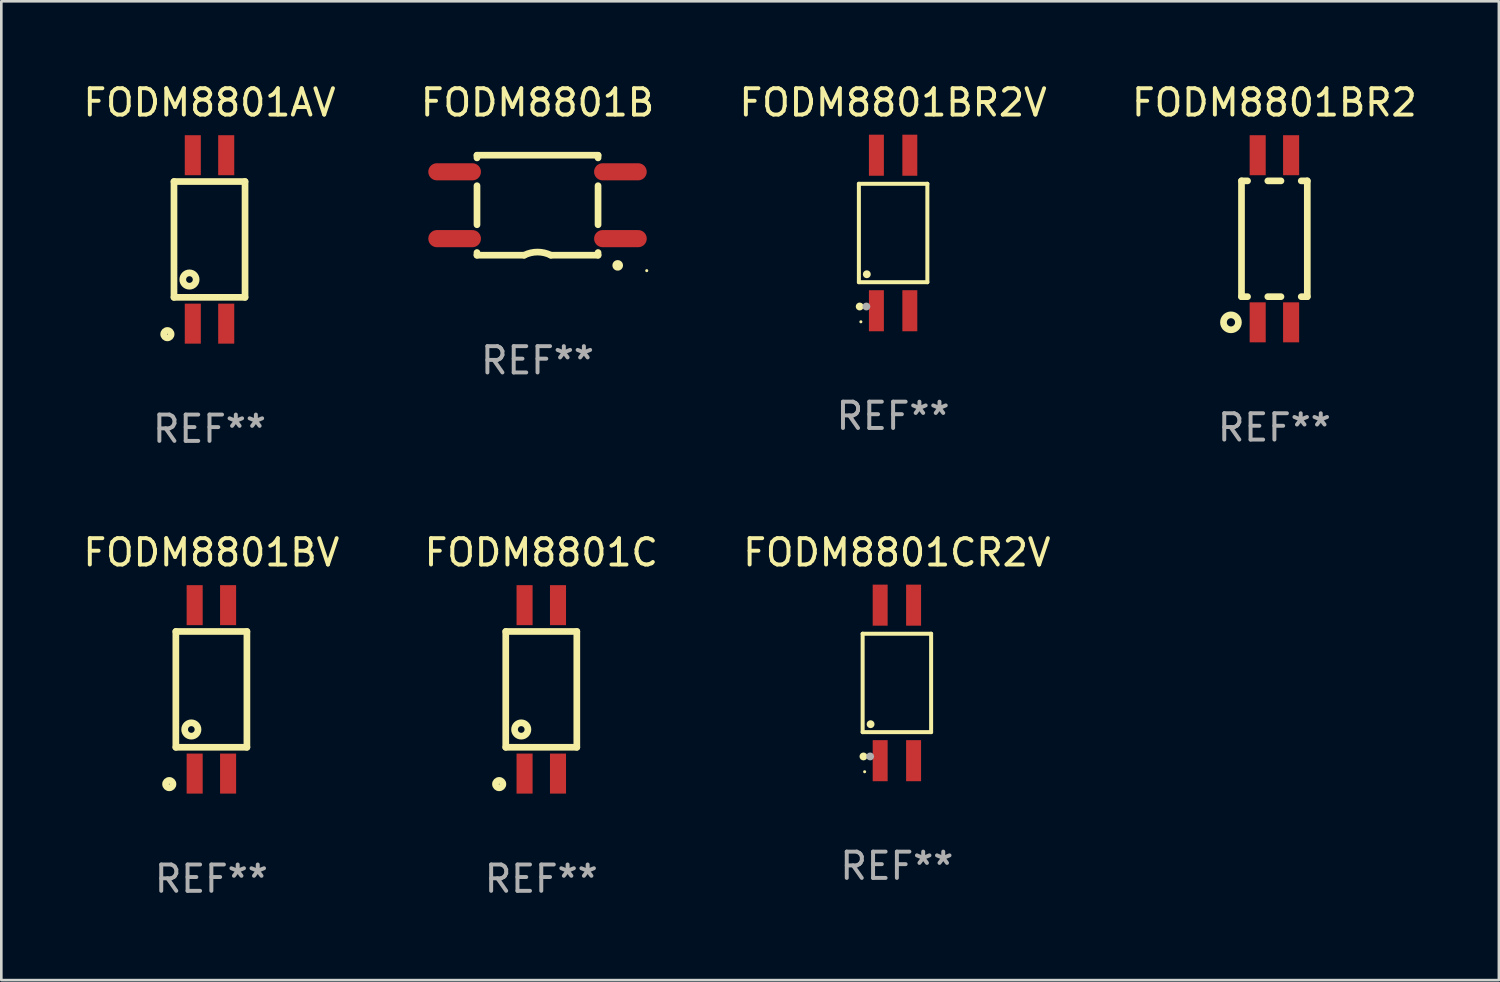
<source format=kicad_pcb>
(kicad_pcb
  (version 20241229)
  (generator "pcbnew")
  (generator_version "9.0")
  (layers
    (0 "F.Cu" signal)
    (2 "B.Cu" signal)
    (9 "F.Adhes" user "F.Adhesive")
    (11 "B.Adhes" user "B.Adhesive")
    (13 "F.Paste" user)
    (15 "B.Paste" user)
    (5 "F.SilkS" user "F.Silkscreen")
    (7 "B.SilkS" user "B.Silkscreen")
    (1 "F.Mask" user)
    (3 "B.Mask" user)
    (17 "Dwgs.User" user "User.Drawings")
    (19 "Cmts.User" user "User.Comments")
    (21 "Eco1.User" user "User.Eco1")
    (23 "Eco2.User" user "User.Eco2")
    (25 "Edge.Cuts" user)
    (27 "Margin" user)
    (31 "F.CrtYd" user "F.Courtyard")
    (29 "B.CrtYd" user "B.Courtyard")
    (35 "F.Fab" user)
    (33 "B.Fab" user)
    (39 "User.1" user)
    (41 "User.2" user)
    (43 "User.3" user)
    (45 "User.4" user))
  (footprint "FODM8801BR2V"
    (layer "F.Cu")
    (at 30.887 5.803)
    (property "Reference" "FODM8801BR2V" (at 0 -4.955 0) (layer "F.SilkS") (effects (font (size 1 1) (thickness 0.15))))
    (attr through_hole)
    (fp_line (start -1.301 -1.87) (end 1.301 -1.87) (stroke (width 0.152) (type solid)) (layer "F.SilkS"))
    (fp_line (start -1.301 1.87) (end -1.301 -1.87) (stroke (width 0.152) (type solid)) (layer "F.SilkS"))
    (fp_line (start 1.301 -1.87) (end 1.301 1.87) (stroke (width 0.152) (type solid)) (layer "F.SilkS"))
    (fp_line (start 1.301 1.87) (end -1.301 1.87) (stroke (width 0.152) (type solid)) (layer "F.SilkS"))
    (fp_circle (center -1.27 2.794) (end -1.195 2.794) (stroke (width 0.15) (type solid)) (fill no) (layer "F.SilkS"))
    (fp_circle (center -1.225 3.375) (end -1.195 3.375) (stroke (width 0.06) (type solid)) (fill no) (layer "F.SilkS"))
    (fp_circle (center -0.999 1.568) (end -0.924 1.568) (stroke (width 0.15) (type solid)) (fill no) (layer "F.SilkS"))
    (fp_circle (center -1.016 2.794) (end -0.941 2.794) (stroke (width 0.15) (type solid)) (fill no) (layer "F.Fab"))
    (fp_text user "REF**" (at 0 6.955 0) (layer "F.Fab") (effects (font (size 1 1) (thickness 0.15))))
    (pad "1" smd rect (at -0.635 2.955) (size 0.568 1.56) (layers "F.Cu" "F.Mask" "F.Paste"))
    (pad "2" smd rect (at 0.635 2.955) (size 0.568 1.56) (layers "F.Cu" "F.Mask" "F.Paste"))
    (pad "3" smd rect (at 0.635 -2.955) (size 0.568 1.56) (layers "F.Cu" "F.Mask" "F.Paste"))
    (pad "4" smd rect (at -0.635 -2.955) (size 0.568 1.56) (layers "F.Cu" "F.Mask" "F.Paste")))
  (footprint "FODM8801CR2V"
    (layer "F.Cu")
    (at 31.03 22.9)
    (property "Reference" "FODM8801CR2V" (at 0 -4.955 0) (layer "F.SilkS") (effects (font (size 1 1) (thickness 0.15))))
    (attr through_hole)
    (fp_line (start -1.301 -1.87) (end 1.301 -1.87) (stroke (width 0.152) (type solid)) (layer "F.SilkS"))
    (fp_line (start -1.301 1.87) (end -1.301 -1.87) (stroke (width 0.152) (type solid)) (layer "F.SilkS"))
    (fp_line (start 1.301 -1.87) (end 1.301 1.87) (stroke (width 0.152) (type solid)) (layer "F.SilkS"))
    (fp_line (start 1.301 1.87) (end -1.301 1.87) (stroke (width 0.152) (type solid)) (layer "F.SilkS"))
    (fp_circle (center -1.27 2.794) (end -1.195 2.794) (stroke (width 0.15) (type solid)) (fill no) (layer "F.SilkS"))
    (fp_circle (center -1.225 3.375) (end -1.195 3.375) (stroke (width 0.06) (type solid)) (fill no) (layer "F.SilkS"))
    (fp_circle (center -0.999 1.568) (end -0.924 1.568) (stroke (width 0.15) (type solid)) (fill no) (layer "F.SilkS"))
    (fp_circle (center -1.016 2.794) (end -0.941 2.794) (stroke (width 0.15) (type solid)) (fill no) (layer "F.Fab"))
    (fp_text user "REF**" (at 0 6.955 0) (layer "F.Fab") (effects (font (size 1 1) (thickness 0.15))))
    (pad "1" smd rect (at -0.635 2.955) (size 0.568 1.56) (layers "F.Cu" "F.Mask" "F.Paste"))
    (pad "2" smd rect (at 0.635 2.955) (size 0.568 1.56) (layers "F.Cu" "F.Mask" "F.Paste"))
    (pad "3" smd rect (at 0.635 -2.955) (size 0.568 1.56) (layers "F.Cu" "F.Mask" "F.Paste"))
    (pad "4" smd rect (at -0.635 -2.955) (size 0.568 1.56) (layers "F.Cu" "F.Mask" "F.Paste")))
  (footprint "FODM8801AV"
    (layer "F.Cu")
    (at 4.911 6.048)
    (property "Reference" "FODM8801AV" (at 0 -5.2 0) (layer "F.SilkS") (effects (font (size 1 1) (thickness 0.15))))
    (attr through_hole)
    (fp_line (start -1.35 -2.2) (end 1.35 -2.2) (stroke (width 0.254) (type solid)) (layer "F.SilkS"))
    (fp_line (start -1.35 2.2) (end -1.35 -2.2) (stroke (width 0.254) (type solid)) (layer "F.SilkS"))
    (fp_line (start 1.35 -2.2) (end 1.35 2.2) (stroke (width 0.254) (type solid)) (layer "F.SilkS"))
    (fp_line (start 1.35 2.2) (end -1.35 2.2) (stroke (width 0.254) (type solid)) (layer "F.SilkS"))
    (fp_circle (center -1.6 3.6) (end -1.459 3.6) (stroke (width 0.254) (type solid)) (fill no) (layer "F.SilkS"))
    (fp_circle (center -0.762 1.524) (end -0.508 1.524) (stroke (width 0.254) (type solid)) (fill no) (layer "F.SilkS"))
    (fp_text user "REF**" (at 0 7.2 0) (layer "F.Fab") (effects (font (size 1 1) (thickness 0.15))))
    (pad "1" smd rect (at -0.635 3.2 90) (size 1.52 0.61) (layers "F.Cu" "F.Mask" "F.Paste"))
    (pad "2" smd rect (at 0.635 3.2 90) (size 1.52 0.61) (layers "F.Cu" "F.Mask" "F.Paste"))
    (pad "3" smd rect (at 0.635 -3.2 270) (size 1.52 0.61) (layers "F.Cu" "F.Mask" "F.Paste"))
    (pad "4" smd rect (at -0.635 -3.2 270) (size 1.52 0.61) (layers "F.Cu" "F.Mask" "F.Paste")))
  (footprint "FODM8801C"
    (layer "F.Cu")
    (at 17.518 23.145)
    (property "Reference" "FODM8801C" (at 0 -5.2 0) (layer "F.SilkS") (effects (font (size 1 1) (thickness 0.15))))
    (attr through_hole)
    (fp_line (start -1.35 -2.2) (end 1.35 -2.2) (stroke (width 0.254) (type solid)) (layer "F.SilkS"))
    (fp_line (start -1.35 2.2) (end -1.35 -2.2) (stroke (width 0.254) (type solid)) (layer "F.SilkS"))
    (fp_line (start 1.35 -2.2) (end 1.35 2.2) (stroke (width 0.254) (type solid)) (layer "F.SilkS"))
    (fp_line (start 1.35 2.2) (end -1.35 2.2) (stroke (width 0.254) (type solid)) (layer "F.SilkS"))
    (fp_circle (center -1.6 3.6) (end -1.459 3.6) (stroke (width 0.254) (type solid)) (fill no) (layer "F.SilkS"))
    (fp_circle (center -0.762 1.524) (end -0.508 1.524) (stroke (width 0.254) (type solid)) (fill no) (layer "F.SilkS"))
    (fp_text user "REF**" (at 0 7.2 0) (layer "F.Fab") (effects (font (size 1 1) (thickness 0.15))))
    (pad "1" smd rect (at -0.635 3.2 90) (size 1.52 0.61) (layers "F.Cu" "F.Mask" "F.Paste"))
    (pad "2" smd rect (at 0.635 3.2 90) (size 1.52 0.61) (layers "F.Cu" "F.Mask" "F.Paste"))
    (pad "3" smd rect (at 0.635 -3.2 270) (size 1.52 0.61) (layers "F.Cu" "F.Mask" "F.Paste"))
    (pad "4" smd rect (at -0.635 -3.2 270) (size 1.52 0.61) (layers "F.Cu" "F.Mask" "F.Paste")))
  (footprint "FODM8801BR2"
    (layer "F.Cu")
    (at 45.375 6.023)
    (property "Reference" "FODM8801BR2" (at 0 -5.175 0) (layer "F.SilkS") (effects (font (size 1 1) (thickness 0.15))))
    (attr through_hole)
    (fp_line (start -1.25 2.2) (end -1.25 -2.2) (stroke (width 0.254) (type solid)) (layer "F.SilkS"))
    (fp_line (start -1.02 -2.2) (end -1.25 -2.2) (stroke (width 0.254) (type solid)) (layer "F.SilkS"))
    (fp_line (start -1.02 2.2) (end -1.25 2.2) (stroke (width 0.254) (type solid)) (layer "F.SilkS"))
    (fp_line (start 0.25 -2.2) (end -0.25 -2.2) (stroke (width 0.254) (type solid)) (layer "F.SilkS"))
    (fp_line (start 0.25 2.2) (end -0.25 2.2) (stroke (width 0.254) (type solid)) (layer "F.SilkS"))
    (fp_line (start 1.25 -2.2) (end 1.02 -2.2) (stroke (width 0.254) (type solid)) (layer "F.SilkS"))
    (fp_line (start 1.25 -2.2) (end 1.25 2.2) (stroke (width 0.254) (type solid)) (layer "F.SilkS"))
    (fp_line (start 1.25 2.2) (end 1.02 2.2) (stroke (width 0.254) (type solid)) (layer "F.SilkS"))
    (fp_circle (center -1.651 3.175) (end -1.367 3.175) (stroke (width 0.254) (type solid)) (fill no) (layer "F.SilkS"))
    (fp_text user "REF**" (at 0 7.175 0) (layer "F.Fab") (effects (font (size 1 1) (thickness 0.15))))
    (pad "1" smd rect (at -0.635 3.175) (size 0.61 1.52) (layers "F.Cu" "F.Mask" "F.Paste"))
    (pad "2" smd rect (at 0.635 3.175) (size 0.61 1.52) (layers "F.Cu" "F.Mask" "F.Paste"))
    (pad "3" smd rect (at 0.635 -3.175) (size 0.61 1.52) (layers "F.Cu" "F.Mask" "F.Paste"))
    (pad "4" smd rect (at -0.635 -3.175) (size 0.61 1.52) (layers "F.Cu" "F.Mask" "F.Paste")))
  (footprint "FODM8801B"
    (layer "F.Cu")
    (at 17.375 4.748)
    (property "Reference" "FODM8801B" (at 0 -3.9 0) (layer "F.SilkS") (effects (font (size 1 1) (thickness 0.15))))
    (attr through_hole)
    (fp_line (start -2.3 -1.9) (end 2.3 -1.9) (stroke (width 0.254) (type solid)) (layer "F.SilkS"))
    (fp_line (start -2.3 -1.798) (end -2.3 -1.9) (stroke (width 0.254) (type solid)) (layer "F.SilkS"))
    (fp_line (start -2.3 0.742) (end -2.3 -0.742) (stroke (width 0.254) (type solid)) (layer "F.SilkS"))
    (fp_line (start -2.3 1.9) (end -2.3 1.798) (stroke (width 0.254) (type solid)) (layer "F.SilkS"))
    (fp_line (start -2.3 1.9) (end -0.508 1.9) (stroke (width 0.254) (type solid)) (layer "F.SilkS"))
    (fp_line (start 2.3 -1.798) (end 2.3 -1.9) (stroke (width 0.254) (type solid)) (layer "F.SilkS"))
    (fp_line (start 2.3 0.742) (end 2.3 -0.742) (stroke (width 0.254) (type solid)) (layer "F.SilkS"))
    (fp_line (start 2.3 1.9) (end 0.508 1.9) (stroke (width 0.254) (type solid)) (layer "F.SilkS"))
    (fp_line (start 2.3 1.9) (end 2.3 1.798) (stroke (width 0.254) (type solid)) (layer "F.SilkS"))
    (fp_arc (start -0.508001 1.899975) (mid -0.000133 1.780049) (end 0.507747 1.899924) (stroke (width 0.254001) (type solid)) (layer "F.SilkS"))
    (fp_arc (start 3.045466 2.286005) (mid 3.046736 2.286) (end 3.048006 2.286005) (stroke (width 0.4) (type solid)) (layer "F.SilkS"))
    (fp_circle (center 4.15 2.486) (end 4.18 2.486) (stroke (width 0.06) (type solid)) (fill no) (layer "F.SilkS"))
    (fp_text user "REF**" (at 0 5.9 0) (layer "F.Fab") (effects (font (size 1 1) (thickness 0.15))))
    (pad "1" smd oval (at 3.15 1.27 270) (size 0.65 2) (layers "F.Cu" "F.Mask" "F.Paste"))
    (pad "2" smd oval (at 3.149 -1.27 270) (size 0.65 2) (layers "F.Cu" "F.Mask" "F.Paste"))
    (pad "3" smd oval (at -3.15 -1.27 270) (size 0.65 2) (layers "F.Cu" "F.Mask" "F.Paste"))
    (pad "4" smd oval (at -3.15 1.27 270) (size 0.65 2) (layers "F.Cu" "F.Mask" "F.Paste")))
  (footprint "FODM8801BV"
    (layer "F.Cu")
    (at 4.982 23.145)
    (property "Reference" "FODM8801BV" (at 0 -5.2 0) (layer "F.SilkS") (effects (font (size 1 1) (thickness 0.15))))
    (attr through_hole)
    (fp_line (start -1.35 -2.2) (end 1.35 -2.2) (stroke (width 0.254) (type solid)) (layer "F.SilkS"))
    (fp_line (start -1.35 2.2) (end -1.35 -2.2) (stroke (width 0.254) (type solid)) (layer "F.SilkS"))
    (fp_line (start 1.35 -2.2) (end 1.35 2.2) (stroke (width 0.254) (type solid)) (layer "F.SilkS"))
    (fp_line (start 1.35 2.2) (end -1.35 2.2) (stroke (width 0.254) (type solid)) (layer "F.SilkS"))
    (fp_circle (center -1.6 3.6) (end -1.459 3.6) (stroke (width 0.254) (type solid)) (fill no) (layer "F.SilkS"))
    (fp_circle (center -0.762 1.524) (end -0.508 1.524) (stroke (width 0.254) (type solid)) (fill no) (layer "F.SilkS"))
    (fp_text user "REF**" (at 0 7.2 0) (layer "F.Fab") (effects (font (size 1 1) (thickness 0.15))))
    (pad "1" smd rect (at -0.635 3.2 90) (size 1.52 0.61) (layers "F.Cu" "F.Mask" "F.Paste"))
    (pad "2" smd rect (at 0.635 3.2 90) (size 1.52 0.61) (layers "F.Cu" "F.Mask" "F.Paste"))
    (pad "3" smd rect (at 0.635 -3.2 270) (size 1.52 0.61) (layers "F.Cu" "F.Mask" "F.Paste"))
    (pad "4" smd rect (at -0.635 -3.2 270) (size 1.52 0.61) (layers "F.Cu" "F.Mask" "F.Paste")))
  (gr_rect
    (start -3 -3)
    (end 53.905 34.193)
    (stroke (width 0.1) (type default))
    (fill no)
    (layer "Edge.Cuts")))
</source>
